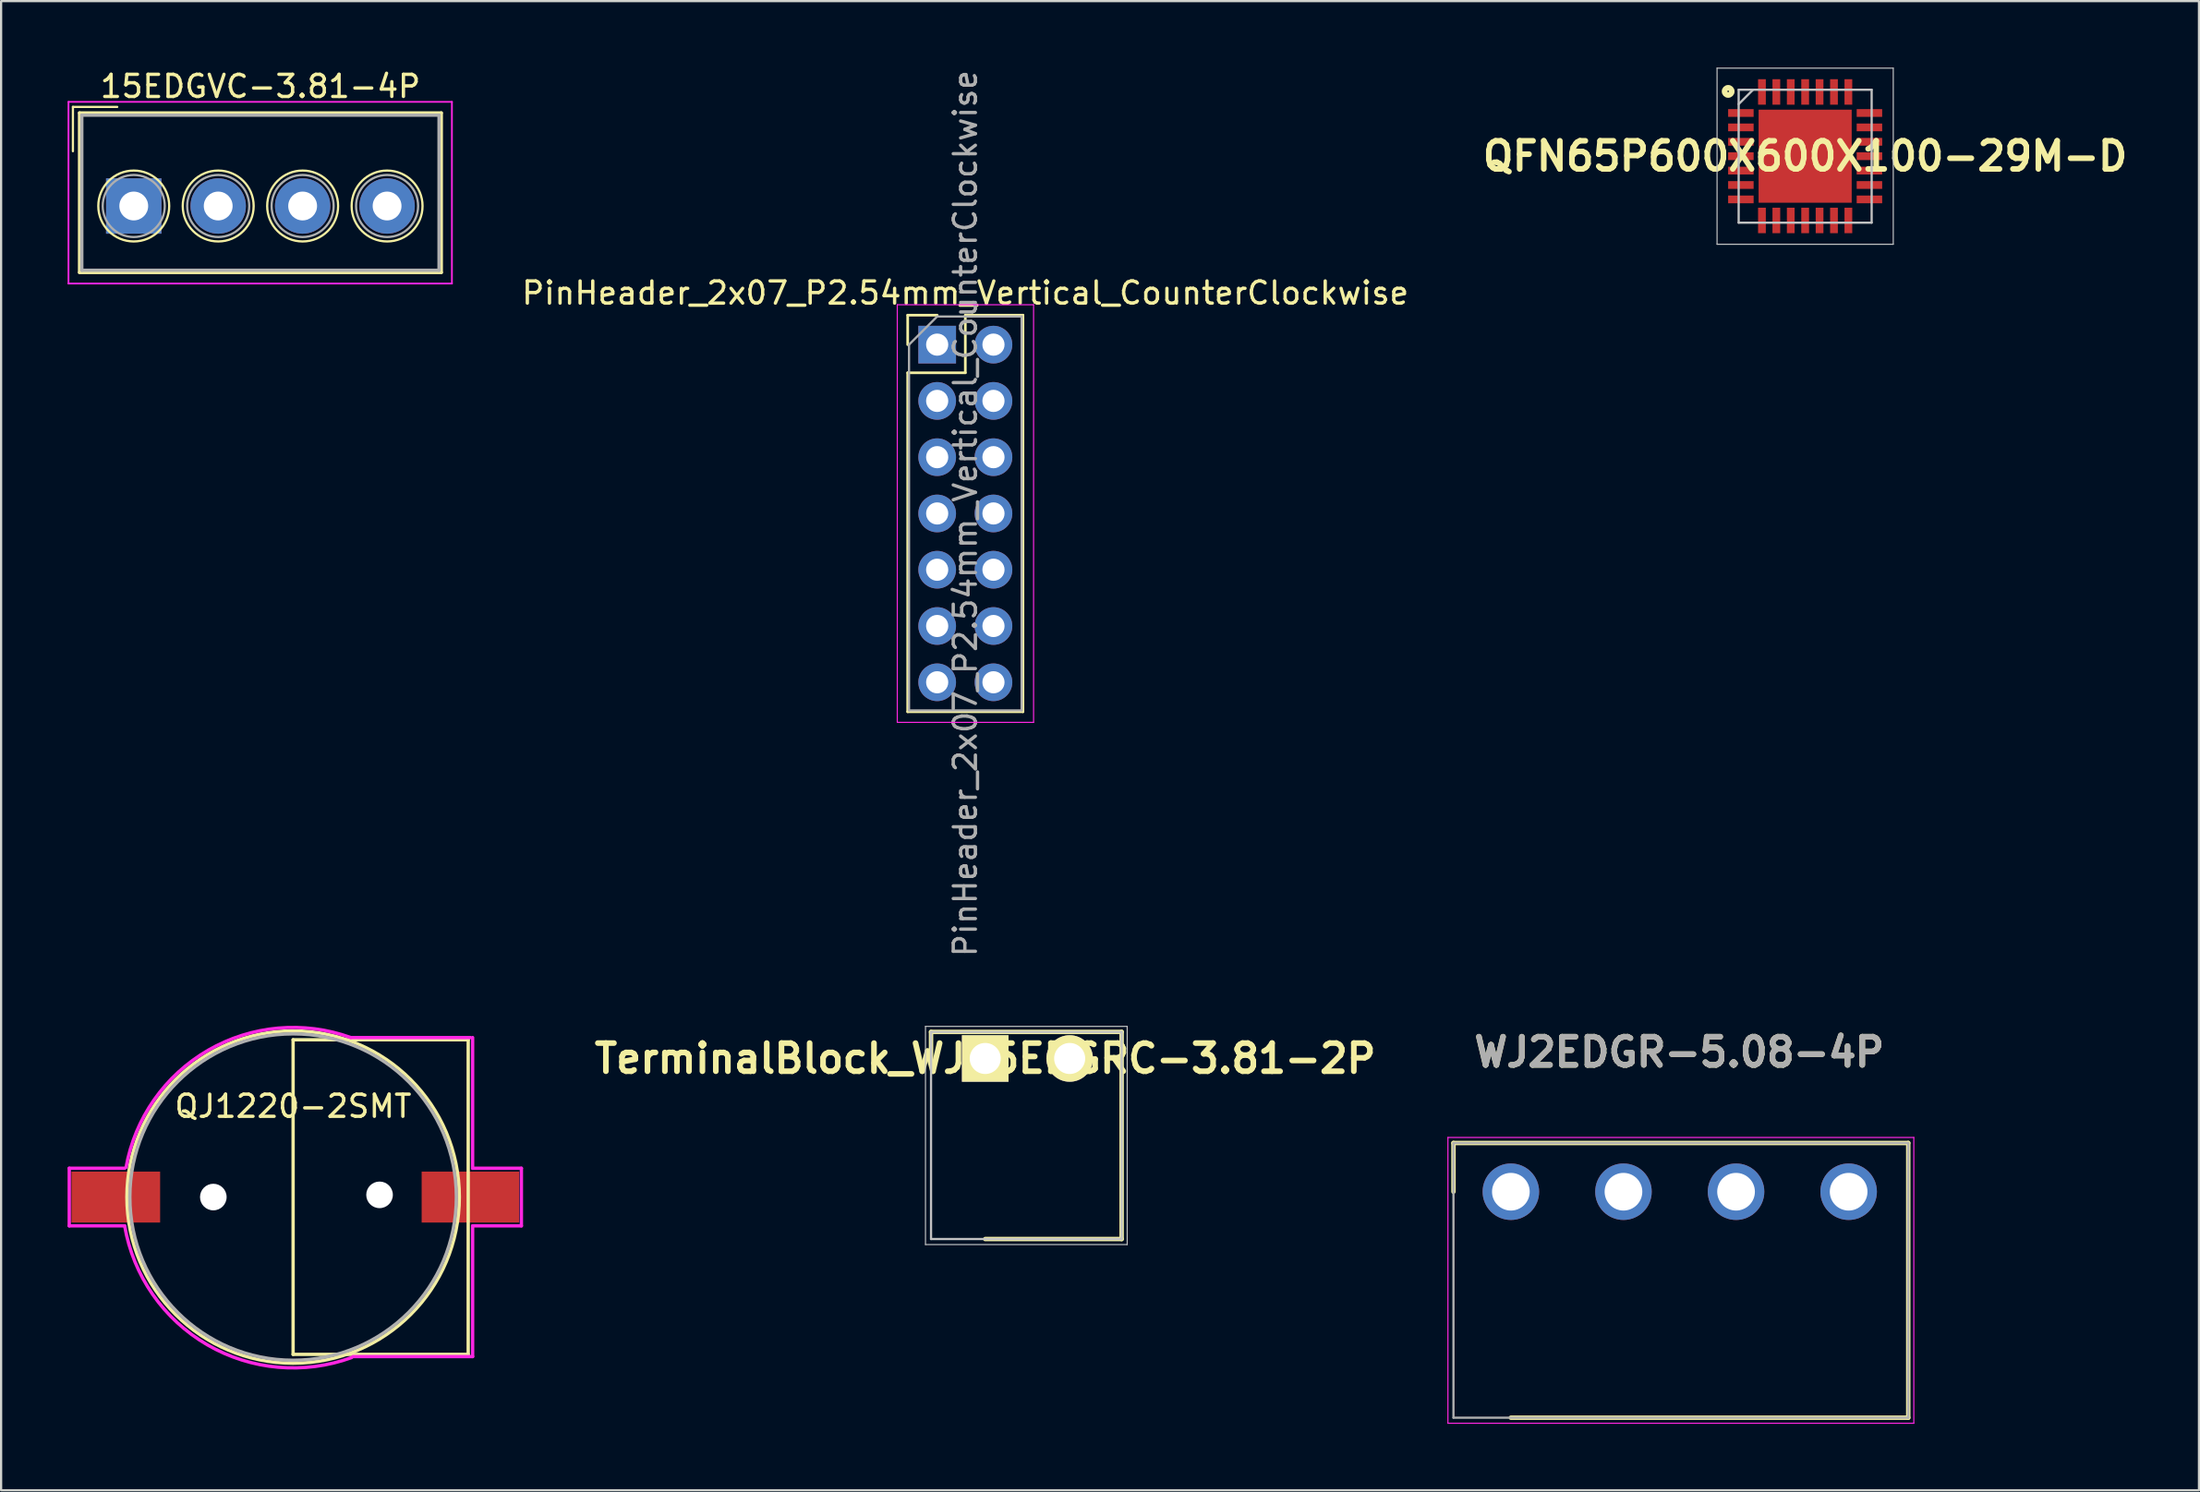
<source format=kicad_pcb>
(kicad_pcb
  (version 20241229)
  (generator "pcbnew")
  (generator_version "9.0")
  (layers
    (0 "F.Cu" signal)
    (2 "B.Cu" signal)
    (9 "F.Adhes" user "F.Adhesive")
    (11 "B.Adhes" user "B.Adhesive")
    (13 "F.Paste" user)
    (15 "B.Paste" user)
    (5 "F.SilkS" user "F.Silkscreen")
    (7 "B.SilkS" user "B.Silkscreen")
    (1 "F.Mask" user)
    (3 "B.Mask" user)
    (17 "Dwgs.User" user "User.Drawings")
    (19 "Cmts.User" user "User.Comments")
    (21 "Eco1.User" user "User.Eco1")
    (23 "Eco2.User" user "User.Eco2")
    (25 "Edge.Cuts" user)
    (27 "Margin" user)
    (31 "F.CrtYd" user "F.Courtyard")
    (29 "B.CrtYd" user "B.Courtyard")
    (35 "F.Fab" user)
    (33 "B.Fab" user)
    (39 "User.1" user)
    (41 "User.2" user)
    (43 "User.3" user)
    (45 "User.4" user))
  (footprint "PinHeader_2x07_P2.54mm_Vertical_CounterClockwise"
    (layer "F.Cu")
    (at 39.235 12.505)
    (property "Reference" "PinHeader_2x07_P2.54mm_Vertical_CounterClockwise" (at 1.27 -2.33 0) (layer "F.SilkS") (effects (font (size 1 1) (thickness 0.15))))
    (attr through_hole)
    (fp_line (start -1.33 -1.33) (end 0 -1.33) (stroke (width 0.12) (type solid)) (layer "F.SilkS"))
    (fp_line (start -1.33 0) (end -1.33 -1.33) (stroke (width 0.12) (type solid)) (layer "F.SilkS"))
    (fp_line (start -1.33 1.27) (end -1.33 16.57) (stroke (width 0.12) (type solid)) (layer "F.SilkS"))
    (fp_line (start -1.33 1.27) (end 1.27 1.27) (stroke (width 0.12) (type solid)) (layer "F.SilkS"))
    (fp_line (start -1.33 16.57) (end 3.87 16.57) (stroke (width 0.12) (type solid)) (layer "F.SilkS"))
    (fp_line (start 1.27 -1.33) (end 3.87 -1.33) (stroke (width 0.12) (type solid)) (layer "F.SilkS"))
    (fp_line (start 1.27 1.27) (end 1.27 -1.33) (stroke (width 0.12) (type solid)) (layer "F.SilkS"))
    (fp_line (start 3.87 -1.33) (end 3.87 16.57) (stroke (width 0.12) (type solid)) (layer "F.SilkS"))
    (fp_line (start -1.8 -1.8) (end -1.8 17.05) (stroke (width 0.05) (type solid)) (layer "F.CrtYd"))
    (fp_line (start -1.8 17.05) (end 4.35 17.05) (stroke (width 0.05) (type solid)) (layer "F.CrtYd"))
    (fp_line (start 4.35 -1.8) (end -1.8 -1.8) (stroke (width 0.05) (type solid)) (layer "F.CrtYd"))
    (fp_line (start 4.35 17.05) (end 4.35 -1.8) (stroke (width 0.05) (type solid)) (layer "F.CrtYd"))
    (fp_line (start -1.27 0) (end 0 -1.27) (stroke (width 0.1) (type solid)) (layer "F.Fab"))
    (fp_line (start -1.27 16.51) (end -1.27 0) (stroke (width 0.1) (type solid)) (layer "F.Fab"))
    (fp_line (start 0 -1.27) (end 3.81 -1.27) (stroke (width 0.1) (type solid)) (layer "F.Fab"))
    (fp_line (start 3.81 -1.27) (end 3.81 16.51) (stroke (width 0.1) (type solid)) (layer "F.Fab"))
    (fp_line (start 3.81 16.51) (end -1.27 16.51) (stroke (width 0.1) (type solid)) (layer "F.Fab"))
    (fp_text user "${REFERENCE}" (at 1.27 7.62 90) (layer "F.Fab") (effects (font (size 1 1) (thickness 0.15))))
    (pad "1" thru_hole rect (at 0 0) (size 1.7 1.7) (drill 1) (layers "*.Cu" "*.Mask"))
    (pad "2" thru_hole oval (at 0 2.54) (size 1.7 1.7) (drill 1) (layers "*.Cu" "*.Mask"))
    (pad "3" thru_hole oval (at 0 5.08) (size 1.7 1.7) (drill 1) (layers "*.Cu" "*.Mask"))
    (pad "4" thru_hole oval (at 0 7.62) (size 1.7 1.7) (drill 1) (layers "*.Cu" "*.Mask"))
    (pad "5" thru_hole oval (at 0 10.16) (size 1.7 1.7) (drill 1) (layers "*.Cu" "*.Mask"))
    (pad "6" thru_hole oval (at 0 12.7) (size 1.7 1.7) (drill 1) (layers "*.Cu" "*.Mask"))
    (pad "7" thru_hole oval (at 0 15.24) (size 1.7 1.7) (drill 1) (layers "*.Cu" "*.Mask"))
    (pad "8" thru_hole oval (at 2.54 15.24) (size 1.7 1.7) (drill 1) (layers "*.Cu" "*.Mask"))
    (pad "9" thru_hole oval (at 2.54 12.7) (size 1.7 1.7) (drill 1) (layers "*.Cu" "*.Mask"))
    (pad "10" thru_hole oval (at 2.54 10.16) (size 1.7 1.7) (drill 1) (layers "*.Cu" "*.Mask"))
    (pad "11" thru_hole oval (at 2.54 7.62) (size 1.7 1.7) (drill 1) (layers "*.Cu" "*.Mask"))
    (pad "12" thru_hole oval (at 2.54 5.08) (size 1.7 1.7) (drill 1) (layers "*.Cu" "*.Mask"))
    (pad "13" thru_hole oval (at 2.54 2.54) (size 1.7 1.7) (drill 1) (layers "*.Cu" "*.Mask"))
    (pad "14" thru_hole oval (at 2.54 0) (size 1.7 1.7) (drill 1) (layers "*.Cu" "*.Mask")))
  (footprint "15EDGVC-3.81-4P"
    (layer "F.Cu")
    (at 8.7 5.648)
    (property "Reference" "15EDGVC-3.81-4P" (at 0 -4.8 0) (layer "F.SilkS") (effects (font (size 1 1) (thickness 0.15))))
    (attr through_hole)
    (fp_line (start -8.46 -3.873) (end -6.46 -3.873) (stroke (width 0.1) (type solid)) (layer "F.SilkS"))
    (fp_line (start -8.46 -1.873) (end -8.46 -3.873) (stroke (width 0.1) (type solid)) (layer "F.SilkS"))
    (fp_line (start -8.16 -3.6) (end 8.16 -3.6) (stroke (width 0.15) (type solid)) (layer "F.SilkS"))
    (fp_line (start -8.16 3.6) (end -8.16 -3.6) (stroke (width 0.15) (type solid)) (layer "F.SilkS"))
    (fp_line (start 8.16 -3.6) (end 8.16 3.6) (stroke (width 0.15) (type solid)) (layer "F.SilkS"))
    (fp_line (start 8.16 3.6) (end -8.16 3.6) (stroke (width 0.15) (type solid)) (layer "F.SilkS"))
    (fp_circle (center -5.715 0.6) (end -4.115 0.6) (stroke (width 0.1) (type solid)) (fill no) (layer "F.SilkS"))
    (fp_circle (center -1.905 0.6) (end -0.305 0.6) (stroke (width 0.1) (type solid)) (fill no) (layer "F.SilkS"))
    (fp_circle (center 1.905 0.6) (end 3.505 0.6) (stroke (width 0.1) (type solid)) (fill no) (layer "F.SilkS"))
    (fp_circle (center 5.715 0.6) (end 7.315 0.6) (stroke (width 0.1) (type solid)) (fill no) (layer "F.SilkS"))
    (fp_line (start -8.66 -4.1) (end -8.66 4.1) (stroke (width 0.08) (type solid)) (layer "F.CrtYd"))
    (fp_line (start -8.66 4.1) (end 8.64 4.1) (stroke (width 0.08) (type solid)) (layer "F.CrtYd"))
    (fp_line (start 8.64 -4.1) (end -8.66 -4.1) (stroke (width 0.08) (type solid)) (layer "F.CrtYd"))
    (fp_line (start 8.64 4.1) (end 8.64 -4.1) (stroke (width 0.08) (type solid)) (layer "F.CrtYd"))
    (fp_line (start -8.06 -3.5) (end -8.06 3.5) (stroke (width 0.15) (type solid)) (layer "F.Fab"))
    (fp_line (start -8.06 -3.5) (end 8.06 -3.5) (stroke (width 0.15) (type solid)) (layer "F.Fab"))
    (fp_line (start -8.06 3.5) (end 8.06 3.5) (stroke (width 0.15) (type solid)) (layer "F.Fab"))
    (fp_line (start 8.06 -3.5) (end 8.06 3.5) (stroke (width 0.15) (type solid)) (layer "F.Fab"))
    (fp_circle (center -5.715 0.6) (end -4.315 0.6) (stroke (width 0.1) (type solid)) (fill no) (layer "F.Fab"))
    (fp_circle (center -1.905 0.6) (end -0.505 0.6) (stroke (width 0.1) (type solid)) (fill no) (layer "F.Fab"))
    (fp_circle (center 1.905 0.6) (end 3.305 0.6) (stroke (width 0.1) (type solid)) (fill no) (layer "F.Fab"))
    (fp_circle (center 5.715 0.6) (end 7.115 0.6) (stroke (width 0.1) (type solid)) (fill no) (layer "F.Fab"))
    (pad "1" thru_hole rect (at -5.715 0.6) (size 2.5 2.5) (drill 1.3) (layers "*.Cu" "*.Mask"))
    (pad "2" thru_hole circle (at -1.905 0.6) (size 2.5 2.5) (drill 1.3) (layers "*.Cu" "*.Mask"))
    (pad "3" thru_hole circle (at 1.905 0.6) (size 2.5 2.5) (drill 1.3) (layers "*.Cu" "*.Mask"))
    (pad "4" thru_hole circle (at 5.715 0.6) (size 2.5 2.5) (drill 1.3) (layers "*.Cu" "*.Mask")))
  (footprint "QFN65P600X600X100-29M-D"
    (layer "F.Cu")
    (at 78.398 4)
    (property "Reference" "QFN65P600X600X100-29M-D" (at 0 0 0) (layer "F.SilkS") (effects (font (size 1.27 1.27) (thickness 0.254))))
    (attr smd)
    (fp_circle (center -3.474 -2.925) (end -3.312 -2.925) (stroke (width 0.254) (type solid)) (fill no) (layer "F.SilkS"))
    (fp_line (start -3.975 -3.975) (end 3.975 -3.975) (stroke (width 0.05) (type solid)) (layer "Dwgs.User"))
    (fp_line (start -3.975 3.975) (end -3.975 -3.975) (stroke (width 0.05) (type solid)) (layer "Dwgs.User"))
    (fp_line (start -3 -3) (end 3 -3) (stroke (width 0.1) (type solid)) (layer "Dwgs.User"))
    (fp_line (start -3 -2.35) (end -2.35 -3) (stroke (width 0.1) (type solid)) (layer "Dwgs.User"))
    (fp_line (start -3 3) (end -3 -3) (stroke (width 0.1) (type solid)) (layer "Dwgs.User"))
    (fp_line (start 3 -3) (end 3 3) (stroke (width 0.1) (type solid)) (layer "Dwgs.User"))
    (fp_line (start 3 3) (end -3 3) (stroke (width 0.1) (type solid)) (layer "Dwgs.User"))
    (fp_line (start 3.975 -3.975) (end 3.975 3.975) (stroke (width 0.05) (type solid)) (layer "Dwgs.User"))
    (fp_line (start 3.975 3.975) (end -3.975 3.975) (stroke (width 0.05) (type solid)) (layer "Dwgs.User"))
    (pad "1" smd rect (at -2.9 -1.95 90) (size 0.35 1.15) (layers "F.Cu" "F.Mask" "F.Paste"))
    (pad "2" smd rect (at -2.9 -1.3 90) (size 0.35 1.15) (layers "F.Cu" "F.Mask" "F.Paste"))
    (pad "3" smd rect (at -2.9 -0.65 90) (size 0.35 1.15) (layers "F.Cu" "F.Mask" "F.Paste"))
    (pad "4" smd rect (at -2.9 0 90) (size 0.35 1.15) (layers "F.Cu" "F.Mask" "F.Paste"))
    (pad "5" smd rect (at -2.9 0.65 90) (size 0.35 1.15) (layers "F.Cu" "F.Mask" "F.Paste"))
    (pad "6" smd rect (at -2.9 1.3 90) (size 0.35 1.15) (layers "F.Cu" "F.Mask" "F.Paste"))
    (pad "7" smd rect (at -2.9 1.95 90) (size 0.35 1.15) (layers "F.Cu" "F.Mask" "F.Paste"))
    (pad "8" smd rect (at -1.95 2.9) (size 0.35 1.15) (layers "F.Cu" "F.Mask" "F.Paste"))
    (pad "9" smd rect (at -1.3 2.9) (size 0.35 1.15) (layers "F.Cu" "F.Mask" "F.Paste"))
    (pad "10" smd rect (at -0.65 2.9) (size 0.35 1.15) (layers "F.Cu" "F.Mask" "F.Paste"))
    (pad "11" smd rect (at 0 2.9) (size 0.35 1.15) (layers "F.Cu" "F.Mask" "F.Paste"))
    (pad "12" smd rect (at 0.65 2.9) (size 0.35 1.15) (layers "F.Cu" "F.Mask" "F.Paste"))
    (pad "13" smd rect (at 1.3 2.9) (size 0.35 1.15) (layers "F.Cu" "F.Mask" "F.Paste"))
    (pad "14" smd rect (at 1.95 2.9) (size 0.35 1.15) (layers "F.Cu" "F.Mask" "F.Paste"))
    (pad "15" smd rect (at 2.9 1.95 90) (size 0.35 1.15) (layers "F.Cu" "F.Mask" "F.Paste"))
    (pad "16" smd rect (at 2.9 1.3 90) (size 0.35 1.15) (layers "F.Cu" "F.Mask" "F.Paste"))
    (pad "17" smd rect (at 2.9 0.65 90) (size 0.35 1.15) (layers "F.Cu" "F.Mask" "F.Paste"))
    (pad "18" smd rect (at 2.9 0 90) (size 0.35 1.15) (layers "F.Cu" "F.Mask" "F.Paste"))
    (pad "19" smd rect (at 2.9 -0.65 90) (size 0.35 1.15) (layers "F.Cu" "F.Mask" "F.Paste"))
    (pad "20" smd rect (at 2.9 -1.3 90) (size 0.35 1.15) (layers "F.Cu" "F.Mask" "F.Paste"))
    (pad "21" smd rect (at 2.9 -1.95 90) (size 0.35 1.15) (layers "F.Cu" "F.Mask" "F.Paste"))
    (pad "22" smd rect (at 1.95 -2.9) (size 0.35 1.15) (layers "F.Cu" "F.Mask" "F.Paste"))
    (pad "23" smd rect (at 1.3 -2.9) (size 0.35 1.15) (layers "F.Cu" "F.Mask" "F.Paste"))
    (pad "24" smd rect (at 0.65 -2.9) (size 0.35 1.15) (layers "F.Cu" "F.Mask" "F.Paste"))
    (pad "25" smd rect (at 0 -2.9) (size 0.35 1.15) (layers "F.Cu" "F.Mask" "F.Paste"))
    (pad "26" smd rect (at -0.65 -2.9) (size 0.35 1.15) (layers "F.Cu" "F.Mask" "F.Paste"))
    (pad "27" smd rect (at -1.3 -2.9) (size 0.35 1.15) (layers "F.Cu" "F.Mask" "F.Paste"))
    (pad "28" smd rect (at -1.95 -2.9) (size 0.35 1.15) (layers "F.Cu" "F.Mask" "F.Paste"))
    (pad "29" smd rect (at 0 0) (size 4.2 4.2) (layers "F.Cu" "F.Mask" "F.Paste")))
  (footprint "QJ1220-2SMT"
    (layer "F.Cu")
    (at 10.175 50.98)
    (property "Reference" "QJ1220-2SMT" (at 0 -4.1 0) (layer "F.SilkS") (effects (font (size 1 1) (thickness 0.15))))
    (attr through_hole)
    (fp_line (start 0 -7.1) (end 7.9 -7.1) (stroke (width 0.15) (type solid)) (layer "F.SilkS"))
    (fp_line (start 0 7.1) (end 0 -7.1) (stroke (width 0.15) (type solid)) (layer "F.SilkS"))
    (fp_line (start 7.9 -7.1) (end 7.9 7.1) (stroke (width 0.15) (type solid)) (layer "F.SilkS"))
    (fp_line (start 7.9 7.1) (end 0 7.1) (stroke (width 0.15) (type solid)) (layer "F.SilkS"))
    (fp_circle (center 0 0) (end 7.5 0) (stroke (width 0.15) (type solid)) (fill no) (layer "F.SilkS"))
    (fp_line (start -10.1 -1.3) (end -10.1 1.3) (stroke (width 0.15) (type solid)) (layer "F.CrtYd"))
    (fp_line (start -10.1 1.3) (end -7.6 1.3) (stroke (width 0.15) (type solid)) (layer "F.CrtYd"))
    (fp_line (start -7.6 -1.3) (end -10.1 -1.3) (stroke (width 0.15) (type solid)) (layer "F.CrtYd"))
    (fp_line (start 2.6 -7.2) (end 8 -7.2) (stroke (width 0.15) (type solid)) (layer "F.CrtYd"))
    (fp_line (start 8.1 -7.2) (end 8.1 -1.3) (stroke (width 0.15) (type solid)) (layer "F.CrtYd"))
    (fp_line (start 8.1 -1.3) (end 10.3 -1.3) (stroke (width 0.15) (type solid)) (layer "F.CrtYd"))
    (fp_line (start 8.1 1.3) (end 8.1 7.2) (stroke (width 0.15) (type solid)) (layer "F.CrtYd"))
    (fp_line (start 8.1 7.2) (end 2.7 7.2) (stroke (width 0.15) (type solid)) (layer "F.CrtYd"))
    (fp_line (start 10.3 -1.3) (end 10.3 1.3) (stroke (width 0.15) (type solid)) (layer "F.CrtYd"))
    (fp_line (start 10.3 1.3) (end 8.1 1.3) (stroke (width 0.15) (type solid)) (layer "F.CrtYd"))
    (fp_arc (start -7.536492 -1.342114) (mid -3.830267 -6.627898) (end 2.599999 -7.199999) (stroke (width 0.15) (type solid)) (layer "F.CrtYd"))
    (fp_arc (start 2.642826 7.243304) (mid -3.869639 6.669023) (end -7.599999 1.299999) (stroke (width 0.15) (type solid)) (layer "F.CrtYd"))
    (fp_circle (center 0 0) (end 4.9 -5.5) (stroke (width 0.15) (type solid)) (fill no) (layer "F.Fab"))
    (pad "" np_thru_hole circle (at -3.6 0) (size 1.2 1.2) (drill 1.2) (layers "*.Cu" "*.Mask"))
    (pad "" np_thru_hole circle (at 3.9 -0.1) (size 1.2 1.2) (drill 1.2) (layers "*.Cu" "*.Mask"))
    (pad "1" smd rect (at -8 0) (size 4 2.3) (layers "F.Cu" "F.Mask" "F.Paste"))
    (pad "2" smd rect (at 8 0) (size 4.4 2.3) (layers "F.Cu" "F.Mask" "F.Paste")))
  (footprint "TerminalBlock_WJ15EDGRC-3.81-2P"
    (layer "F.Cu")
    (at 41.403 44.725)
    (property "Reference" "TerminalBlock_WJ15EDGRC-3.81-2P" (at 0 0 0) (layer "F.SilkS") (effects (font (size 1.27 1.27) (thickness 0.254))))
    (attr through_hole)
    (fp_line (start -2.445 -1.2) (end -2.445 0) (stroke (width 0.2) (type solid)) (layer "F.SilkS"))
    (fp_line (start 0 8.15) (end 6.155 8.15) (stroke (width 0.2) (type solid)) (layer "F.SilkS"))
    (fp_line (start 6.155 -1.2) (end -2.445 -1.2) (stroke (width 0.2) (type solid)) (layer "F.SilkS"))
    (fp_line (start 6.155 8.15) (end 6.155 -1.2) (stroke (width 0.2) (type solid)) (layer "F.SilkS"))
    (fp_line (start -2.695 -1.45) (end 6.405 -1.45) (stroke (width 0.05) (type solid)) (layer "Dwgs.User"))
    (fp_line (start -2.695 8.4) (end -2.695 -1.45) (stroke (width 0.05) (type solid)) (layer "Dwgs.User"))
    (fp_line (start -2.445 -1.2) (end 6.155 -1.2) (stroke (width 0.1) (type solid)) (layer "Dwgs.User"))
    (fp_line (start -2.445 8.15) (end -2.445 -1.2) (stroke (width 0.1) (type solid)) (layer "Dwgs.User"))
    (fp_line (start 6.155 -1.2) (end 6.155 8.15) (stroke (width 0.1) (type solid)) (layer "Dwgs.User"))
    (fp_line (start 6.155 8.15) (end -2.445 8.15) (stroke (width 0.1) (type solid)) (layer "Dwgs.User"))
    (fp_line (start 6.405 -1.45) (end 6.405 8.4) (stroke (width 0.05) (type solid)) (layer "Dwgs.User"))
    (fp_line (start 6.405 8.4) (end -2.695 8.4) (stroke (width 0.05) (type solid)) (layer "Dwgs.User"))
    (pad "1" thru_hole rect (at 0 0 90) (size 2.1 2.1) (drill 1.4) (layers "*.Cu" "*.Mask" "F.SilkS"))
    (pad "2" thru_hole circle (at 3.81 0 90) (size 2.1 2.1) (drill 1.4) (layers "*.Cu" "*.Mask" "F.SilkS")))
  (footprint "WJ2EDGR-5.08-4P"
    (layer "F.Cu")
    (at 72.72 54.339)
    (property "Reference" "WJ2EDGR-5.08-4P" (at 0 -9.9 0) (layer "F.SilkS") (effects (font (size 1.27 1.27) (thickness 0.254))))
    (attr through_hole)
    (fp_line (start -10.19 -5.8) (end -10.19 -3.6) (stroke (width 0.2) (type solid)) (layer "F.SilkS"))
    (fp_line (start -7.6 6.6) (end 10.33 6.6) (stroke (width 0.2) (type solid)) (layer "F.SilkS"))
    (fp_line (start 10.33 -5.8) (end -10.19 -5.8) (stroke (width 0.2) (type solid)) (layer "F.SilkS"))
    (fp_line (start 10.33 6.6) (end 10.33 -5.8) (stroke (width 0.2) (type solid)) (layer "F.SilkS"))
    (fp_line (start -10.44 -6.05) (end 10.58 -6.05) (stroke (width 0.05) (type solid)) (layer "F.CrtYd"))
    (fp_line (start -10.44 6.85) (end -10.44 -6.05) (stroke (width 0.05) (type solid)) (layer "F.CrtYd"))
    (fp_line (start 10.58 -6.05) (end 10.58 6.85) (stroke (width 0.05) (type solid)) (layer "F.CrtYd"))
    (fp_line (start 10.58 6.85) (end -10.44 6.85) (stroke (width 0.05) (type solid)) (layer "F.CrtYd"))
    (fp_line (start -10.19 -5.8) (end 10.33 -5.8) (stroke (width 0.1) (type solid)) (layer "F.Fab"))
    (fp_line (start -10.19 6.6) (end -10.19 -5.8) (stroke (width 0.1) (type solid)) (layer "F.Fab"))
    (fp_line (start 10.33 -5.8) (end 10.33 6.6) (stroke (width 0.1) (type solid)) (layer "F.Fab"))
    (fp_line (start 10.33 6.6) (end -10.19 6.6) (stroke (width 0.1) (type solid)) (layer "F.Fab"))
    (fp_text user "${REFERENCE}" (at 0 -9.9 0) (layer "F.Fab") (effects (font (size 1.27 1.27) (thickness 0.254))))
    (pad "1" thru_hole circle (at -7.6 -3.6) (size 2.55 2.55) (drill 1.7) (layers "*.Cu" "*.Mask"))
    (pad "2" thru_hole circle (at -2.52 -3.6) (size 2.55 2.55) (drill 1.7) (layers "*.Cu" "*.Mask"))
    (pad "3" thru_hole circle (at 2.56 -3.6) (size 2.55 2.55) (drill 1.7) (layers "*.Cu" "*.Mask"))
    (pad "4" thru_hole circle (at 7.64 -3.6) (size 2.55 2.55) (drill 1.7) (layers "*.Cu" "*.Mask")))
  (gr_rect
    (start -3 -3)
    (end 96.167 64.214)
    (stroke (width 0.1) (type default))
    (fill no)
    (layer "Edge.Cuts")))
</source>
